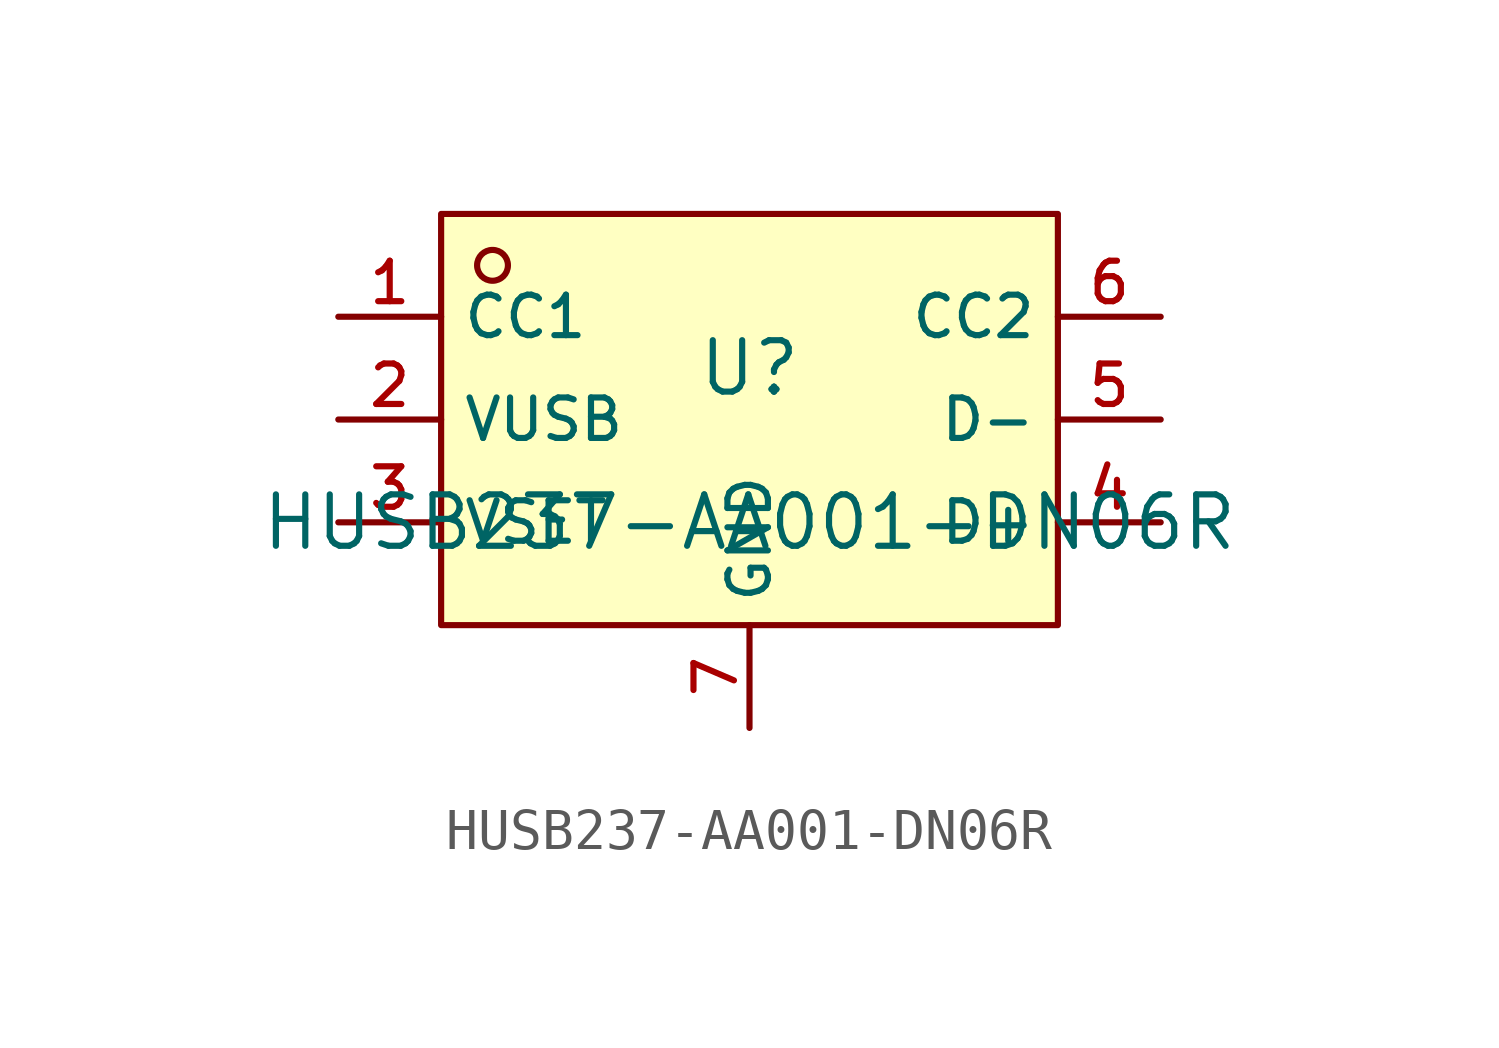
<source format=kicad_sym>
(kicad_symbol_lib
  (version 20210201)
  (generator TousstNicolas/JLC2KiCad_lib)
  (symbol "HUSB237-AA001-DN06R"
    (property "Reference" "U"
      (at 0 1.27 0)
      (effects (font (size 1.27 1.27))))
    (property "Value" "HUSB237-AA001-DN06R"
      (at 0 -2.54 0)
      (effects (font (size 1.27 1.27))))
    (symbol "HUSB237-AA001-DN06R_0_1"
      (rectangle (start -7.62 5.08) (end 7.62 -5.08) (stroke (width 0) (type default) (color 0 0 0 0)) (fill (type background)))
      (circle (center -6.35 3.81) (radius 0.381) (stroke (width 0) (type default) (color 0 0 0 0)) (fill (type background)))
      (pin unspecified line (at -10.16 2.54 0) (length 2.54) (name "CC1" (effects (font (size 1 1)))) (number "1" (effects (font (size 1 1)))))
      (pin unspecified line (at -10.16 -0.0 0) (length 2.54) (name "VUSB" (effects (font (size 1 1)))) (number "2" (effects (font (size 1 1)))))
      (pin unspecified line (at -10.16 -2.54 0) (length 2.54) (name "VSET" (effects (font (size 1 1)))) (number "3" (effects (font (size 1 1)))))
      (pin unspecified line (at 10.16 -2.54 180) (length 2.54) (name "D+" (effects (font (size 1 1)))) (number "4" (effects (font (size 1 1)))))
      (pin unspecified line (at 10.16 -0.0 180) (length 2.54) (name "D-" (effects (font (size 1 1)))) (number "5" (effects (font (size 1 1)))))
      (pin unspecified line (at 10.16 2.54 180) (length 2.54) (name "CC2" (effects (font (size 1 1)))) (number "6" (effects (font (size 1 1)))))
      (pin unspecified line (at 0.0 -7.62 90) (length 2.54) (name "GND" (effects (font (size 1 1)))) (number "7" (effects (font (size 1 1))))))))
</source>
